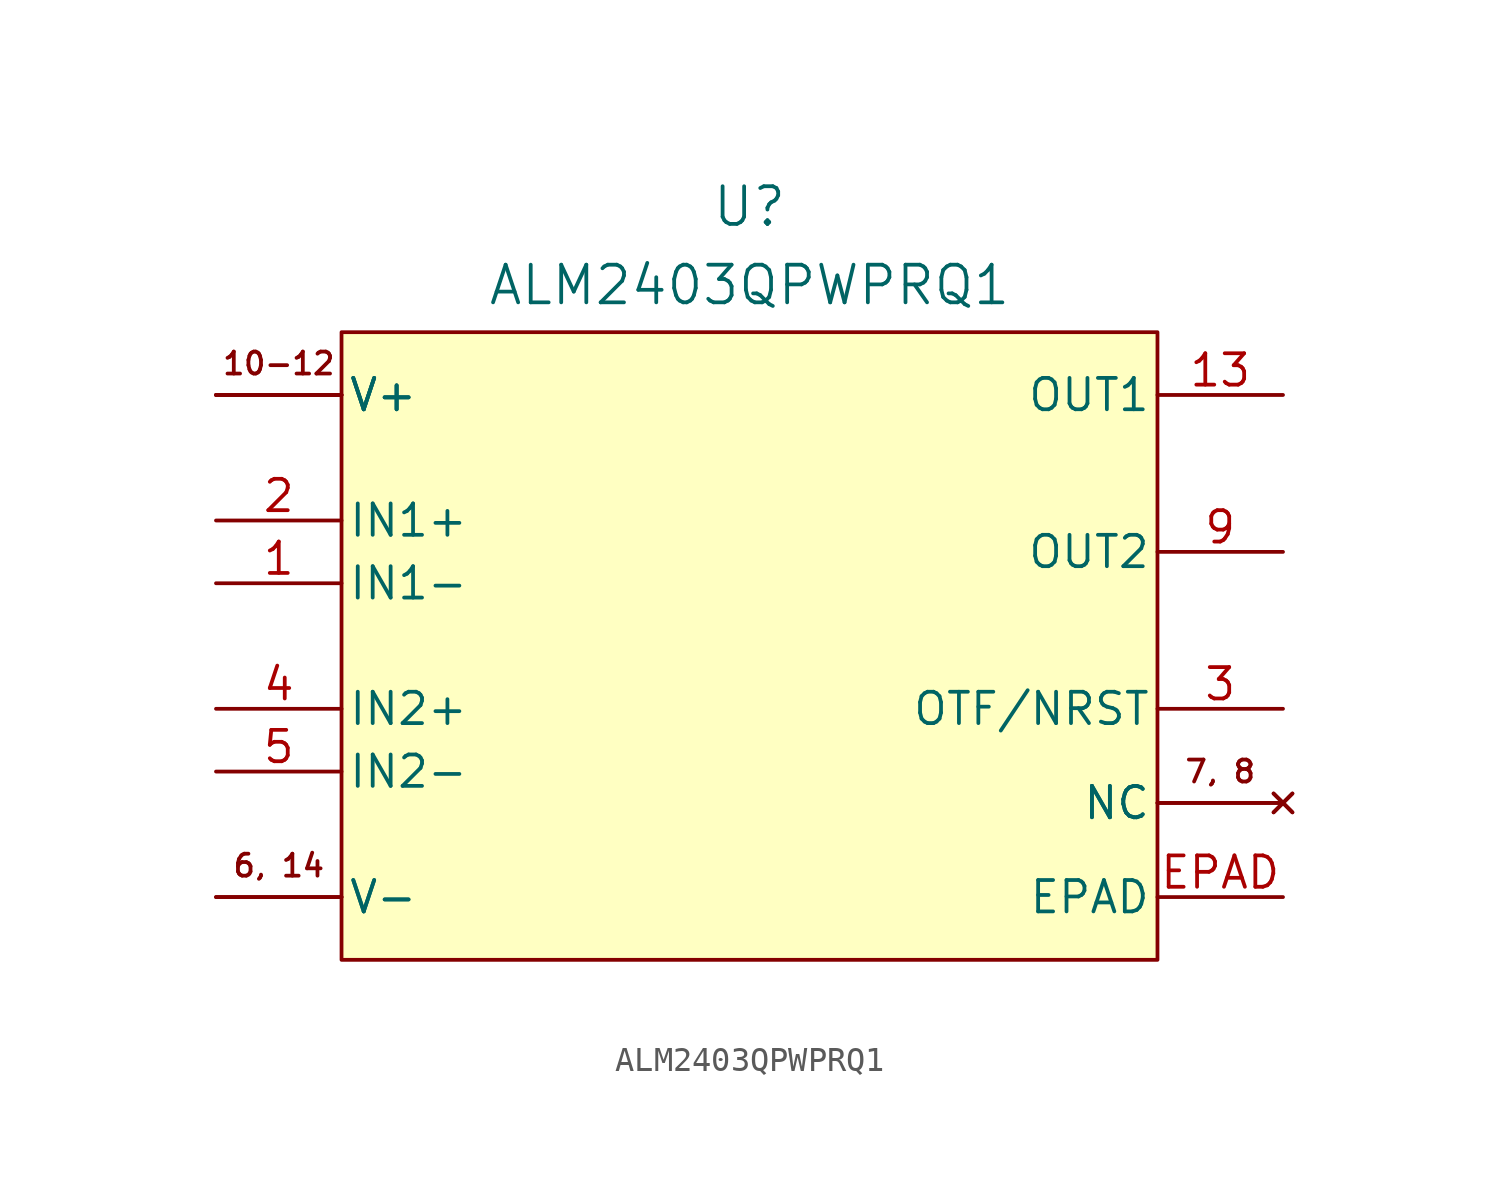
<source format=kicad_sym>
(kicad_symbol_lib
  (version 20220914)
  (generator kicad_symbol_editor)
  (symbol "ALM2403QPWPRQ1"
    (pin_names
      (offset 0.254))
    (property "Reference" "U"
      (at 0 17.78 0)
      (effects (font (size 1.524 1.524))))
    (property "Value" "ALM2403QPWPRQ1"
      (at 0 14.605 0)
      (effects (font (size 1.524 1.524))))
    (property "ki_locked" ""
      (at 0 0 0)
      (effects (font (size 1.27 1.27))))
    (symbol "ALM2403QPWPRQ1_1_1"
      (rectangle (start -16.51 12.7) (end 16.51 -12.7) (stroke (width 0) (type default)) (fill (type background)))
      (text "10-12" (at -19.05 11.43 0) (effects (font (size 0.889 0.889))))
      (text "6, 14" (at -19.05 -8.89 0) (effects (font (size 0.889 0.889))))
      (text "7, 8" (at 19.05 -5.08 0) (effects (font (size 0.889 0.889))))
      (pin input line (at -21.59 2.54 0) (length 5.08) (name "IN1-" (effects (font (size 1.27 1.27)))) (number "1" (effects (font (size 1.27 1.27)))))
      (pin power_in line (at -21.59 10.16 0) (length 5.08) (name "V+" (effects (font (size 1.27 1.27)))) (number "10" (effects (font (size 0 0)))))
      (pin power_in line (at -21.59 10.16 0) (length 5.08) (name "V+" (effects (font (size 1.27 1.27)))) (number "11" (effects (font (size 0 0)))))
      (pin power_in line (at -21.59 10.16 0) (length 5.08) (name "V+" (effects (font (size 1.27 1.27)))) (number "12" (effects (font (size 0 0)))))
      (pin output line (at 21.59 10.16 180) (length 5.08) (name "OUT1" (effects (font (size 1.27 1.27)))) (number "13" (effects (font (size 1.27 1.27)))))
      (pin power_in line (at -21.59 -10.16 0) (length 5.08) (name "V-" (effects (font (size 1.27 1.27)))) (number "14" (effects (font (size 0 0)))))
      (pin input line (at -21.59 5.08 0) (length 5.08) (name "IN1+" (effects (font (size 1.27 1.27)))) (number "2" (effects (font (size 1.27 1.27)))))
      (pin bidirectional line (at 21.59 -2.54 180) (length 5.08) (name "OTF/NRST" (effects (font (size 1.27 1.27)))) (number "3" (effects (font (size 1.27 1.27)))))
      (pin input line (at -21.59 -2.54 0) (length 5.08) (name "IN2+" (effects (font (size 1.27 1.27)))) (number "4" (effects (font (size 1.27 1.27)))))
      (pin input line (at -21.59 -5.08 0) (length 5.08) (name "IN2-" (effects (font (size 1.27 1.27)))) (number "5" (effects (font (size 1.27 1.27)))))
      (pin power_in line (at -21.59 -10.16 0) (length 5.08) (name "V-" (effects (font (size 1.27 1.27)))) (number "6" (effects (font (size 0 0)))))
      (pin no_connect line (at 21.59 -6.35 180) (length 5.08) (name "NC" (effects (font (size 1.27 1.27)))) (number "7" (effects (font (size 0 0)))))
      (pin no_connect line (at 21.59 -6.35 180) (length 5.08) (name "NC" (effects (font (size 1.27 1.27)))) (number "8" (effects (font (size 0 0)))))
      (pin output line (at 21.59 3.81 180) (length 5.08) (name "OUT2" (effects (font (size 1.27 1.27)))) (number "9" (effects (font (size 1.27 1.27)))))
      (pin unspecified line (at 21.59 -10.16 180) (length 5.08) (name "EPAD" (effects (font (size 1.27 1.27)))) (number "EPAD" (effects (font (size 1.27 1.27))))))))
</source>
